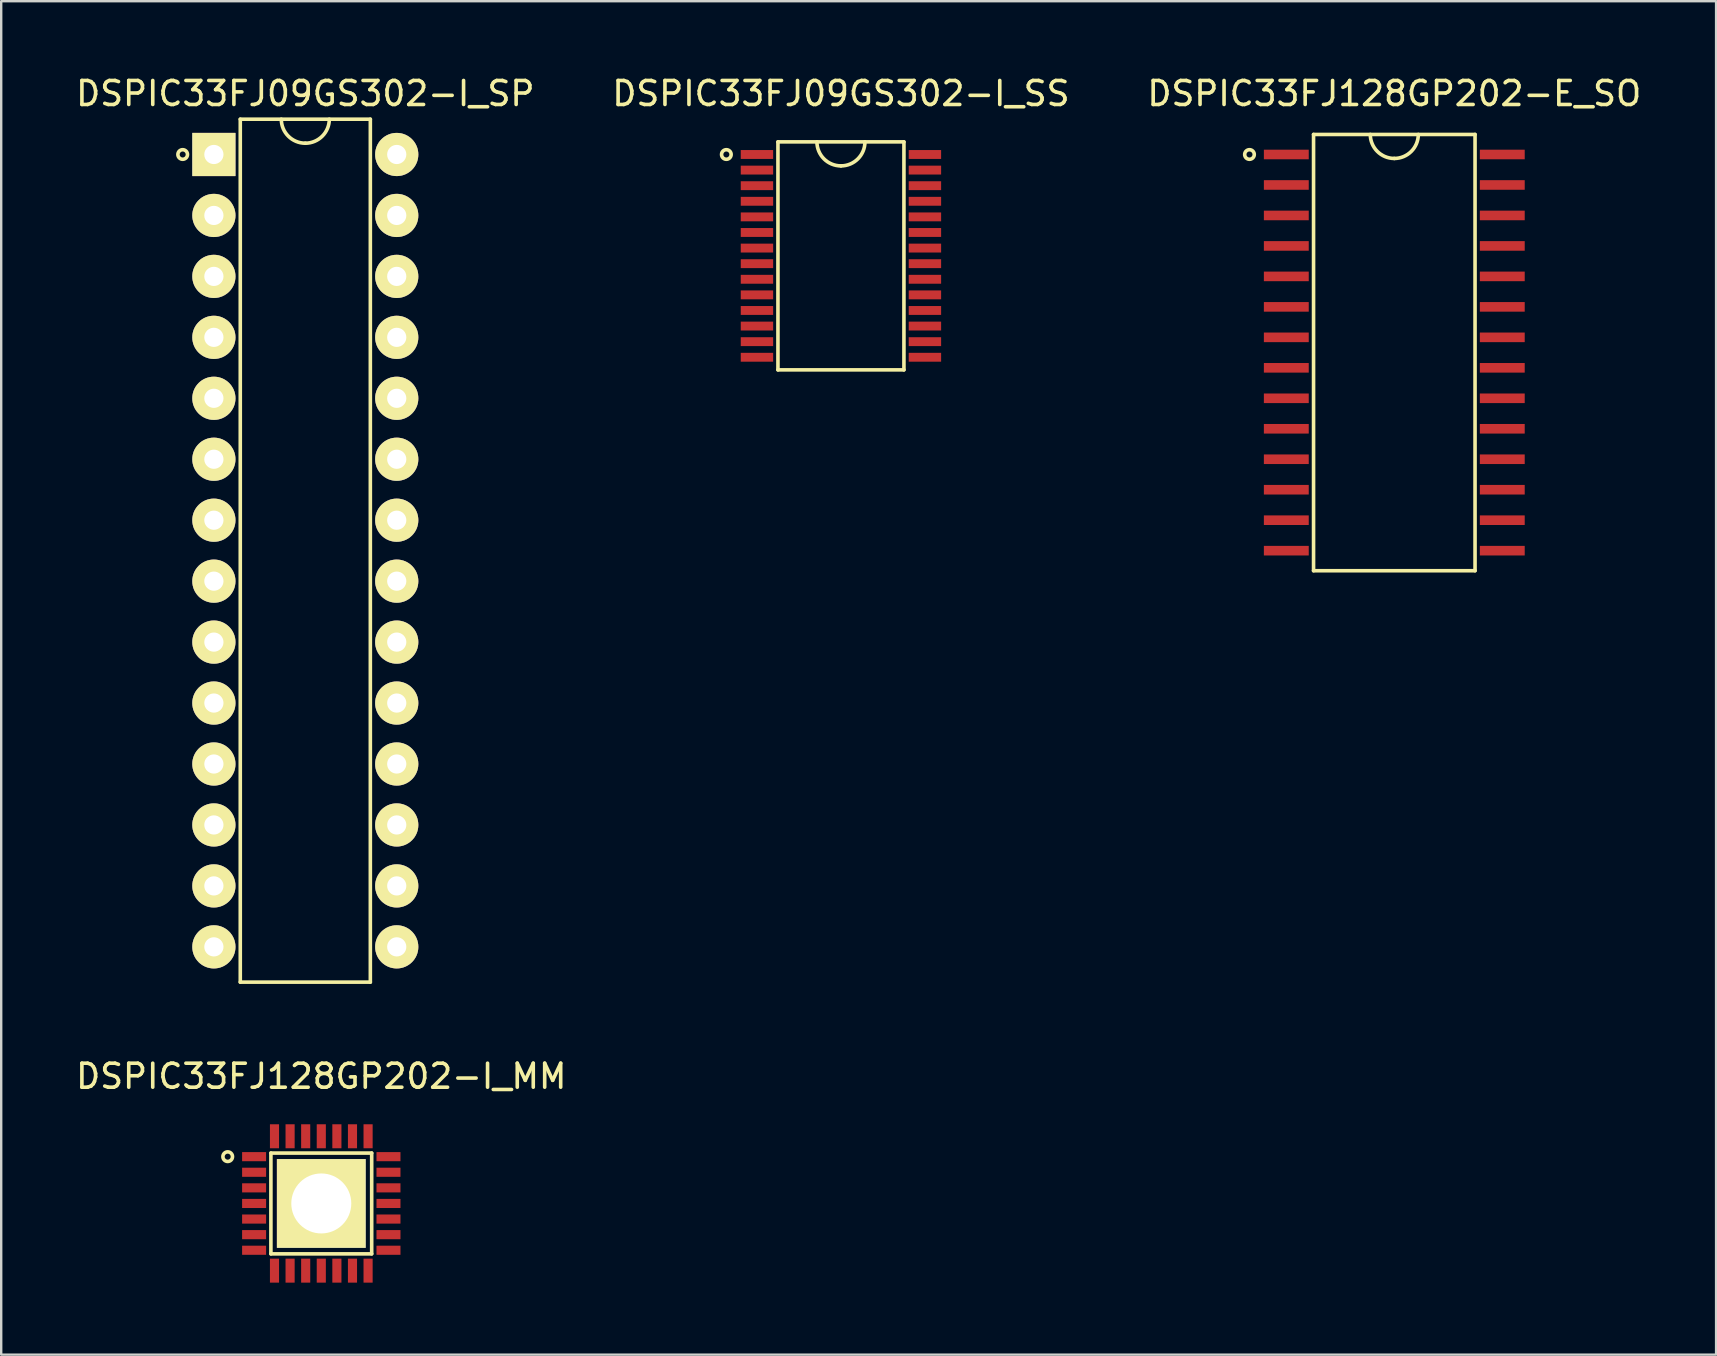
<source format=kicad_pcb>
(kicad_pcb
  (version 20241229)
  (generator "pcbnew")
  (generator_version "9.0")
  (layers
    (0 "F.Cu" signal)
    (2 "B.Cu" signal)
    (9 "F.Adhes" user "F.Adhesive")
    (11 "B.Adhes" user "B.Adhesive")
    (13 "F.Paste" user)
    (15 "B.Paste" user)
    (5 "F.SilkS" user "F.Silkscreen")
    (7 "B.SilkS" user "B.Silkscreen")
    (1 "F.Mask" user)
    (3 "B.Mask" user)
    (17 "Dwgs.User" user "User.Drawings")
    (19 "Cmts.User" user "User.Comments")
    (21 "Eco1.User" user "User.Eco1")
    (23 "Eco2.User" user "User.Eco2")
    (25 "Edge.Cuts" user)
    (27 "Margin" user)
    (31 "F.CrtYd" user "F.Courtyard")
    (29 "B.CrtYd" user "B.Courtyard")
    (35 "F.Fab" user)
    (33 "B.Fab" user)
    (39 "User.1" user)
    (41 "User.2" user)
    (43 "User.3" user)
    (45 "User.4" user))
  (footprint "DSPIC33FJ09GS302-I_SS"
    (layer "F.Cu")
    (at 28.494 3.388)
    (property "Reference" "DSPIC33FJ09GS302-I_SS" (at 3.5 -2.54 0) (layer "F.SilkS") (effects (font (size 1 1) (thickness 0.15))))
    (attr through_hole)
    (fp_line (start 0.875 -0.525) (end 6.125 -0.525) (stroke (width 0.15) (type solid)) (layer "F.SilkS"))
    (fp_line (start 0.875 8.975) (end 0.875 -0.525) (stroke (width 0.15) (type solid)) (layer "F.SilkS"))
    (fp_line (start 6.125 -0.525) (end 6.125 8.975) (stroke (width 0.15) (type solid)) (layer "F.SilkS"))
    (fp_line (start 6.125 8.975) (end 0.875 8.975) (stroke (width 0.15) (type solid)) (layer "F.SilkS"))
    (fp_arc (start 3.5 0.475) (mid 2.792893 0.182107) (end 2.5 -0.525) (stroke (width 0.15) (type solid)) (layer "F.SilkS"))
    (fp_arc (start 4.5 -0.525) (mid 4.207107 0.182107) (end 3.5 0.475) (stroke (width 0.15) (type solid)) (layer "F.SilkS"))
    (fp_circle (center -1.275 0) (end -1.275 0.2) (stroke (width 0.15) (type solid)) (fill no) (layer "F.SilkS"))
    (pad "1" smd rect (at 0 0) (size 1.35 0.37) (layers "F.Cu" "F.Mask" "F.Paste"))
    (pad "2" smd rect (at 0 0.65) (size 1.35 0.37) (layers "F.Cu" "F.Mask" "F.Paste"))
    (pad "3" smd rect (at 0 1.3) (size 1.35 0.37) (layers "F.Cu" "F.Mask" "F.Paste"))
    (pad "4" smd rect (at 0 1.95) (size 1.35 0.37) (layers "F.Cu" "F.Mask" "F.Paste"))
    (pad "5" smd rect (at 0 2.6) (size 1.35 0.37) (layers "F.Cu" "F.Mask" "F.Paste"))
    (pad "6" smd rect (at 0 3.25) (size 1.35 0.37) (layers "F.Cu" "F.Mask" "F.Paste"))
    (pad "7" smd rect (at 0 3.9) (size 1.35 0.37) (layers "F.Cu" "F.Mask" "F.Paste"))
    (pad "8" smd rect (at 0 4.55) (size 1.35 0.37) (layers "F.Cu" "F.Mask" "F.Paste"))
    (pad "9" smd rect (at 0 5.2) (size 1.35 0.37) (layers "F.Cu" "F.Mask" "F.Paste"))
    (pad "10" smd rect (at 0 5.85) (size 1.35 0.37) (layers "F.Cu" "F.Mask" "F.Paste"))
    (pad "11" smd rect (at 0 6.5) (size 1.35 0.37) (layers "F.Cu" "F.Mask" "F.Paste"))
    (pad "12" smd rect (at 0 7.15) (size 1.35 0.37) (layers "F.Cu" "F.Mask" "F.Paste"))
    (pad "13" smd rect (at 0 7.8) (size 1.35 0.37) (layers "F.Cu" "F.Mask" "F.Paste"))
    (pad "14" smd rect (at 0 8.45) (size 1.35 0.37) (layers "F.Cu" "F.Mask" "F.Paste"))
    (pad "15" smd rect (at 7 8.45) (size 1.35 0.37) (layers "F.Cu" "F.Mask" "F.Paste"))
    (pad "16" smd rect (at 7 7.8) (size 1.35 0.37) (layers "F.Cu" "F.Mask" "F.Paste"))
    (pad "17" smd rect (at 7 7.15) (size 1.35 0.37) (layers "F.Cu" "F.Mask" "F.Paste"))
    (pad "18" smd rect (at 7 6.5) (size 1.35 0.37) (layers "F.Cu" "F.Mask" "F.Paste"))
    (pad "19" smd rect (at 7 5.85) (size 1.35 0.37) (layers "F.Cu" "F.Mask" "F.Paste"))
    (pad "20" smd rect (at 7 5.2) (size 1.35 0.37) (layers "F.Cu" "F.Mask" "F.Paste"))
    (pad "21" smd rect (at 7 4.55) (size 1.35 0.37) (layers "F.Cu" "F.Mask" "F.Paste"))
    (pad "22" smd rect (at 7 3.9) (size 1.35 0.37) (layers "F.Cu" "F.Mask" "F.Paste"))
    (pad "23" smd rect (at 7 3.25) (size 1.35 0.37) (layers "F.Cu" "F.Mask" "F.Paste"))
    (pad "24" smd rect (at 7 2.6) (size 1.35 0.37) (layers "F.Cu" "F.Mask" "F.Paste"))
    (pad "25" smd rect (at 7 1.95) (size 1.35 0.37) (layers "F.Cu" "F.Mask" "F.Paste"))
    (pad "26" smd rect (at 7 1.3) (size 1.35 0.37) (layers "F.Cu" "F.Mask" "F.Paste"))
    (pad "27" smd rect (at 7 0.65) (size 1.35 0.37) (layers "F.Cu" "F.Mask" "F.Paste"))
    (pad "28" smd rect (at 7 0) (size 1.35 0.37) (layers "F.Cu" "F.Mask" "F.Paste")))
  (footprint "DSPIC33FJ128GP202-I_MM"
    (layer "F.Cu")
    (at 7.539 44.301)
    (property "Reference" "DSPIC33FJ128GP202-I_MM" (at 2.8 -2.5 0) (layer "F.SilkS") (effects (font (size 1 1) (thickness 0.15))))
    (attr through_hole)
    (fp_line (start 0.7 0.7) (end 0.7 4.9) (stroke (width 0.15) (type solid)) (layer "F.SilkS"))
    (fp_line (start 0.7 0.7) (end 4.9 0.7) (stroke (width 0.15) (type solid)) (layer "F.SilkS"))
    (fp_line (start 0.7 4.9) (end 4.9 4.9) (stroke (width 0.15) (type solid)) (layer "F.SilkS"))
    (fp_line (start 4.9 4.9) (end 4.9 0.7) (stroke (width 0.15) (type solid)) (layer "F.SilkS"))
    (fp_circle (center -1.1 0.85) (end -1.1 0.65) (stroke (width 0.15) (type solid)) (fill no) (layer "F.SilkS"))
    (fp_circle (center 1.7 1.7) (end 1.7 1.2) (stroke (width 0.15) (type solid)) (fill no) (layer "F.SilkS"))
    (pad "1" smd rect (at 0 0.85) (size 1 0.38) (layers "F.Cu" "F.Mask" "F.Paste"))
    (pad "2" smd rect (at 0 1.5) (size 1 0.38) (layers "F.Cu" "F.Mask" "F.Paste"))
    (pad "3" smd rect (at 0 2.15) (size 1 0.38) (layers "F.Cu" "F.Mask" "F.Paste"))
    (pad "4" smd rect (at 0 2.8) (size 1 0.38) (layers "F.Cu" "F.Mask" "F.Paste"))
    (pad "5" smd rect (at 0 3.45) (size 1 0.38) (layers "F.Cu" "F.Mask" "F.Paste"))
    (pad "6" smd rect (at 0 4.1) (size 1 0.38) (layers "F.Cu" "F.Mask" "F.Paste"))
    (pad "7" smd rect (at 0 4.75) (size 1 0.38) (layers "F.Cu" "F.Mask" "F.Paste"))
    (pad "8" smd rect (at 0.85 5.6) (size 0.38 1) (layers "F.Cu" "F.Mask" "F.Paste"))
    (pad "9" smd rect (at 1.5 5.6) (size 0.38 1) (layers "F.Cu" "F.Mask" "F.Paste"))
    (pad "10" smd rect (at 2.15 5.6) (size 0.38 1) (layers "F.Cu" "F.Mask" "F.Paste"))
    (pad "11" smd rect (at 2.8 5.6) (size 0.38 1) (layers "F.Cu" "F.Mask" "F.Paste"))
    (pad "12" smd rect (at 3.45 5.6) (size 0.38 1) (layers "F.Cu" "F.Mask" "F.Paste"))
    (pad "13" smd rect (at 4.1 5.6) (size 0.38 1) (layers "F.Cu" "F.Mask" "F.Paste"))
    (pad "14" smd rect (at 4.75 5.6) (size 0.38 1) (layers "F.Cu" "F.Mask" "F.Paste"))
    (pad "15" smd rect (at 5.6 4.75) (size 1 0.38) (layers "F.Cu" "F.Mask" "F.Paste"))
    (pad "16" smd rect (at 5.6 4.1) (size 1 0.38) (layers "F.Cu" "F.Mask" "F.Paste"))
    (pad "17" smd rect (at 5.6 3.45) (size 1 0.38) (layers "F.Cu" "F.Mask" "F.Paste"))
    (pad "18" smd rect (at 5.6 2.8) (size 1 0.38) (layers "F.Cu" "F.Mask" "F.Paste"))
    (pad "19" smd rect (at 5.6 2.15) (size 1 0.38) (layers "F.Cu" "F.Mask" "F.Paste"))
    (pad "20" smd rect (at 5.6 1.5) (size 1 0.38) (layers "F.Cu" "F.Mask" "F.Paste"))
    (pad "21" smd rect (at 5.6 0.85) (size 1 0.38) (layers "F.Cu" "F.Mask" "F.Paste"))
    (pad "22" smd rect (at 4.75 0) (size 0.38 1) (layers "F.Cu" "F.Mask" "F.Paste"))
    (pad "23" smd rect (at 4.1 0) (size 0.38 1) (layers "F.Cu" "F.Mask" "F.Paste"))
    (pad "24" smd rect (at 3.45 0) (size 0.38 1) (layers "F.Cu" "F.Mask" "F.Paste"))
    (pad "25" smd rect (at 2.8 0) (size 0.38 1) (layers "F.Cu" "F.Mask" "F.Paste"))
    (pad "26" smd rect (at 2.15 0) (size 0.38 1) (layers "F.Cu" "F.Mask" "F.Paste"))
    (pad "27" smd rect (at 1.5 0) (size 0.38 1) (layers "F.Cu" "F.Mask" "F.Paste"))
    (pad "28" smd rect (at 0.85 0) (size 0.38 1) (layers "F.Cu" "F.Mask" "F.Paste"))
    (pad "999" thru_hole rect (at 2.8 2.8) (size 3.7 3.7) (drill 2.5) (layers "*.Cu" "*.Mask" "F.SilkS")))
  (footprint "DSPIC33FJ128GP202-E_SO"
    (layer "F.Cu")
    (at 50.554 3.388)
    (property "Reference" "DSPIC33FJ128GP202-E_SO" (at 4.5 -2.54 0) (layer "F.SilkS") (effects (font (size 1 1) (thickness 0.15))))
    (attr through_hole)
    (fp_line (start 1.135 -0.835) (end 7.865 -0.835) (stroke (width 0.15) (type solid)) (layer "F.SilkS"))
    (fp_line (start 1.135 17.345) (end 1.135 -0.835) (stroke (width 0.15) (type solid)) (layer "F.SilkS"))
    (fp_line (start 7.865 -0.835) (end 7.865 17.345) (stroke (width 0.15) (type solid)) (layer "F.SilkS"))
    (fp_line (start 7.865 17.345) (end 1.135 17.345) (stroke (width 0.15) (type solid)) (layer "F.SilkS"))
    (fp_arc (start 4.5 0.165) (mid 3.792893 -0.127893) (end 3.5 -0.835) (stroke (width 0.15) (type solid)) (layer "F.SilkS"))
    (fp_arc (start 5.5 -0.835) (mid 5.207107 -0.127893) (end 4.5 0.165) (stroke (width 0.15) (type solid)) (layer "F.SilkS"))
    (fp_circle (center -1.535 0) (end -1.535 0.2) (stroke (width 0.15) (type solid)) (fill no) (layer "F.SilkS"))
    (pad "1" smd rect (at 0 0) (size 1.87 0.4) (layers "F.Cu" "F.Mask" "F.Paste"))
    (pad "2" smd rect (at 0 1.27) (size 1.87 0.4) (layers "F.Cu" "F.Mask" "F.Paste"))
    (pad "3" smd rect (at 0 2.54) (size 1.87 0.4) (layers "F.Cu" "F.Mask" "F.Paste"))
    (pad "4" smd rect (at 0 3.81) (size 1.87 0.4) (layers "F.Cu" "F.Mask" "F.Paste"))
    (pad "5" smd rect (at 0 5.08) (size 1.87 0.4) (layers "F.Cu" "F.Mask" "F.Paste"))
    (pad "6" smd rect (at 0 6.35) (size 1.87 0.4) (layers "F.Cu" "F.Mask" "F.Paste"))
    (pad "7" smd rect (at 0 7.62) (size 1.87 0.4) (layers "F.Cu" "F.Mask" "F.Paste"))
    (pad "8" smd rect (at 0 8.89) (size 1.87 0.4) (layers "F.Cu" "F.Mask" "F.Paste"))
    (pad "9" smd rect (at 0 10.16) (size 1.87 0.4) (layers "F.Cu" "F.Mask" "F.Paste"))
    (pad "10" smd rect (at 0 11.43) (size 1.87 0.4) (layers "F.Cu" "F.Mask" "F.Paste"))
    (pad "11" smd rect (at 0 12.7) (size 1.87 0.4) (layers "F.Cu" "F.Mask" "F.Paste"))
    (pad "12" smd rect (at 0 13.97) (size 1.87 0.4) (layers "F.Cu" "F.Mask" "F.Paste"))
    (pad "13" smd rect (at 0 15.24) (size 1.87 0.4) (layers "F.Cu" "F.Mask" "F.Paste"))
    (pad "14" smd rect (at 0 16.51) (size 1.87 0.4) (layers "F.Cu" "F.Mask" "F.Paste"))
    (pad "15" smd rect (at 9 16.51) (size 1.87 0.4) (layers "F.Cu" "F.Mask" "F.Paste"))
    (pad "16" smd rect (at 9 15.24) (size 1.87 0.4) (layers "F.Cu" "F.Mask" "F.Paste"))
    (pad "17" smd rect (at 9 13.97) (size 1.87 0.4) (layers "F.Cu" "F.Mask" "F.Paste"))
    (pad "18" smd rect (at 9 12.7) (size 1.87 0.4) (layers "F.Cu" "F.Mask" "F.Paste"))
    (pad "19" smd rect (at 9 11.43) (size 1.87 0.4) (layers "F.Cu" "F.Mask" "F.Paste"))
    (pad "20" smd rect (at 9 10.16) (size 1.87 0.4) (layers "F.Cu" "F.Mask" "F.Paste"))
    (pad "21" smd rect (at 9 8.89) (size 1.87 0.4) (layers "F.Cu" "F.Mask" "F.Paste"))
    (pad "22" smd rect (at 9 7.62) (size 1.87 0.4) (layers "F.Cu" "F.Mask" "F.Paste"))
    (pad "23" smd rect (at 9 6.35) (size 1.87 0.4) (layers "F.Cu" "F.Mask" "F.Paste"))
    (pad "24" smd rect (at 9 5.08) (size 1.87 0.4) (layers "F.Cu" "F.Mask" "F.Paste"))
    (pad "25" smd rect (at 9 3.81) (size 1.87 0.4) (layers "F.Cu" "F.Mask" "F.Paste"))
    (pad "26" smd rect (at 9 2.54) (size 1.87 0.4) (layers "F.Cu" "F.Mask" "F.Paste"))
    (pad "27" smd rect (at 9 1.27) (size 1.87 0.4) (layers "F.Cu" "F.Mask" "F.Paste"))
    (pad "28" smd rect (at 9 0) (size 1.87 0.4) (layers "F.Cu" "F.Mask" "F.Paste")))
  (footprint "DSPIC33FJ09GS302-I_SP"
    (layer "F.Cu")
    (at 5.863 3.388)
    (property "Reference" "DSPIC33FJ09GS302-I_SP" (at 3.81 -2.54 0) (layer "F.SilkS") (effects (font (size 1 1) (thickness 0.15))))
    (attr through_hole)
    (fp_line (start 1.1 -1.47) (end 6.52 -1.47) (stroke (width 0.15) (type solid)) (layer "F.SilkS"))
    (fp_line (start 1.1 34.49) (end 1.1 -1.47) (stroke (width 0.15) (type solid)) (layer "F.SilkS"))
    (fp_line (start 6.52 -1.47) (end 6.52 34.49) (stroke (width 0.15) (type solid)) (layer "F.SilkS"))
    (fp_line (start 6.52 34.49) (end 1.1 34.49) (stroke (width 0.15) (type solid)) (layer "F.SilkS"))
    (fp_arc (start 3.81 -0.47) (mid 3.102893 -0.762893) (end 2.81 -1.47) (stroke (width 0.15) (type solid)) (layer "F.SilkS"))
    (fp_arc (start 4.81 -1.47) (mid 4.517107 -0.762893) (end 3.81 -0.47) (stroke (width 0.15) (type solid)) (layer "F.SilkS"))
    (fp_circle (center -1.3 0) (end -1.3 0.2) (stroke (width 0.15) (type solid)) (fill no) (layer "F.SilkS"))
    (pad "1" thru_hole rect (at 0 0) (size 1.8 1.8) (drill 0.8) (layers "*.Cu" "*.Mask" "F.SilkS"))
    (pad "2" thru_hole circle (at 0 2.54) (size 1.8 1.8) (drill 0.8) (layers "*.Cu" "*.Mask" "F.SilkS"))
    (pad "3" thru_hole circle (at 0 5.08) (size 1.8 1.8) (drill 0.8) (layers "*.Cu" "*.Mask" "F.SilkS"))
    (pad "4" thru_hole circle (at 0 7.62) (size 1.8 1.8) (drill 0.8) (layers "*.Cu" "*.Mask" "F.SilkS"))
    (pad "5" thru_hole circle (at 0 10.16) (size 1.8 1.8) (drill 0.8) (layers "*.Cu" "*.Mask" "F.SilkS"))
    (pad "6" thru_hole circle (at 0 12.7) (size 1.8 1.8) (drill 0.8) (layers "*.Cu" "*.Mask" "F.SilkS"))
    (pad "7" thru_hole circle (at 0 15.24) (size 1.8 1.8) (drill 0.8) (layers "*.Cu" "*.Mask" "F.SilkS"))
    (pad "8" thru_hole circle (at 0 17.78) (size 1.8 1.8) (drill 0.8) (layers "*.Cu" "*.Mask" "F.SilkS"))
    (pad "9" thru_hole circle (at 0 20.32) (size 1.8 1.8) (drill 0.8) (layers "*.Cu" "*.Mask" "F.SilkS"))
    (pad "10" thru_hole circle (at 0 22.86) (size 1.8 1.8) (drill 0.8) (layers "*.Cu" "*.Mask" "F.SilkS"))
    (pad "11" thru_hole circle (at 0 25.4) (size 1.8 1.8) (drill 0.8) (layers "*.Cu" "*.Mask" "F.SilkS"))
    (pad "12" thru_hole circle (at 0 27.94) (size 1.8 1.8) (drill 0.8) (layers "*.Cu" "*.Mask" "F.SilkS"))
    (pad "13" thru_hole circle (at 0 30.48) (size 1.8 1.8) (drill 0.8) (layers "*.Cu" "*.Mask" "F.SilkS"))
    (pad "14" thru_hole circle (at 0 33.02) (size 1.8 1.8) (drill 0.8) (layers "*.Cu" "*.Mask" "F.SilkS"))
    (pad "15" thru_hole circle (at 7.62 33.02) (size 1.8 1.8) (drill 0.8) (layers "*.Cu" "*.Mask" "F.SilkS"))
    (pad "16" thru_hole circle (at 7.62 30.48) (size 1.8 1.8) (drill 0.8) (layers "*.Cu" "*.Mask" "F.SilkS"))
    (pad "17" thru_hole circle (at 7.62 27.94) (size 1.8 1.8) (drill 0.8) (layers "*.Cu" "*.Mask" "F.SilkS"))
    (pad "18" thru_hole circle (at 7.62 25.4) (size 1.8 1.8) (drill 0.8) (layers "*.Cu" "*.Mask" "F.SilkS"))
    (pad "19" thru_hole circle (at 7.62 22.86) (size 1.8 1.8) (drill 0.8) (layers "*.Cu" "*.Mask" "F.SilkS"))
    (pad "20" thru_hole circle (at 7.62 20.32) (size 1.8 1.8) (drill 0.8) (layers "*.Cu" "*.Mask" "F.SilkS"))
    (pad "21" thru_hole circle (at 7.62 17.78) (size 1.8 1.8) (drill 0.8) (layers "*.Cu" "*.Mask" "F.SilkS"))
    (pad "22" thru_hole circle (at 7.62 15.24) (size 1.8 1.8) (drill 0.8) (layers "*.Cu" "*.Mask" "F.SilkS"))
    (pad "23" thru_hole circle (at 7.62 12.7) (size 1.8 1.8) (drill 0.8) (layers "*.Cu" "*.Mask" "F.SilkS"))
    (pad "24" thru_hole circle (at 7.62 10.16) (size 1.8 1.8) (drill 0.8) (layers "*.Cu" "*.Mask" "F.SilkS"))
    (pad "25" thru_hole circle (at 7.62 7.62) (size 1.8 1.8) (drill 0.8) (layers "*.Cu" "*.Mask" "F.SilkS"))
    (pad "26" thru_hole circle (at 7.62 5.08) (size 1.8 1.8) (drill 0.8) (layers "*.Cu" "*.Mask" "F.SilkS"))
    (pad "27" thru_hole circle (at 7.62 2.54) (size 1.8 1.8) (drill 0.8) (layers "*.Cu" "*.Mask" "F.SilkS"))
    (pad "28" thru_hole circle (at 7.62 0) (size 1.8 1.8) (drill 0.8) (layers "*.Cu" "*.Mask" "F.SilkS")))
  (gr_rect
    (start -3 -3)
    (end 68.464 53.401)
    (stroke (width 0.1) (type default))
    (fill no)
    (layer "Edge.Cuts")))
</source>
